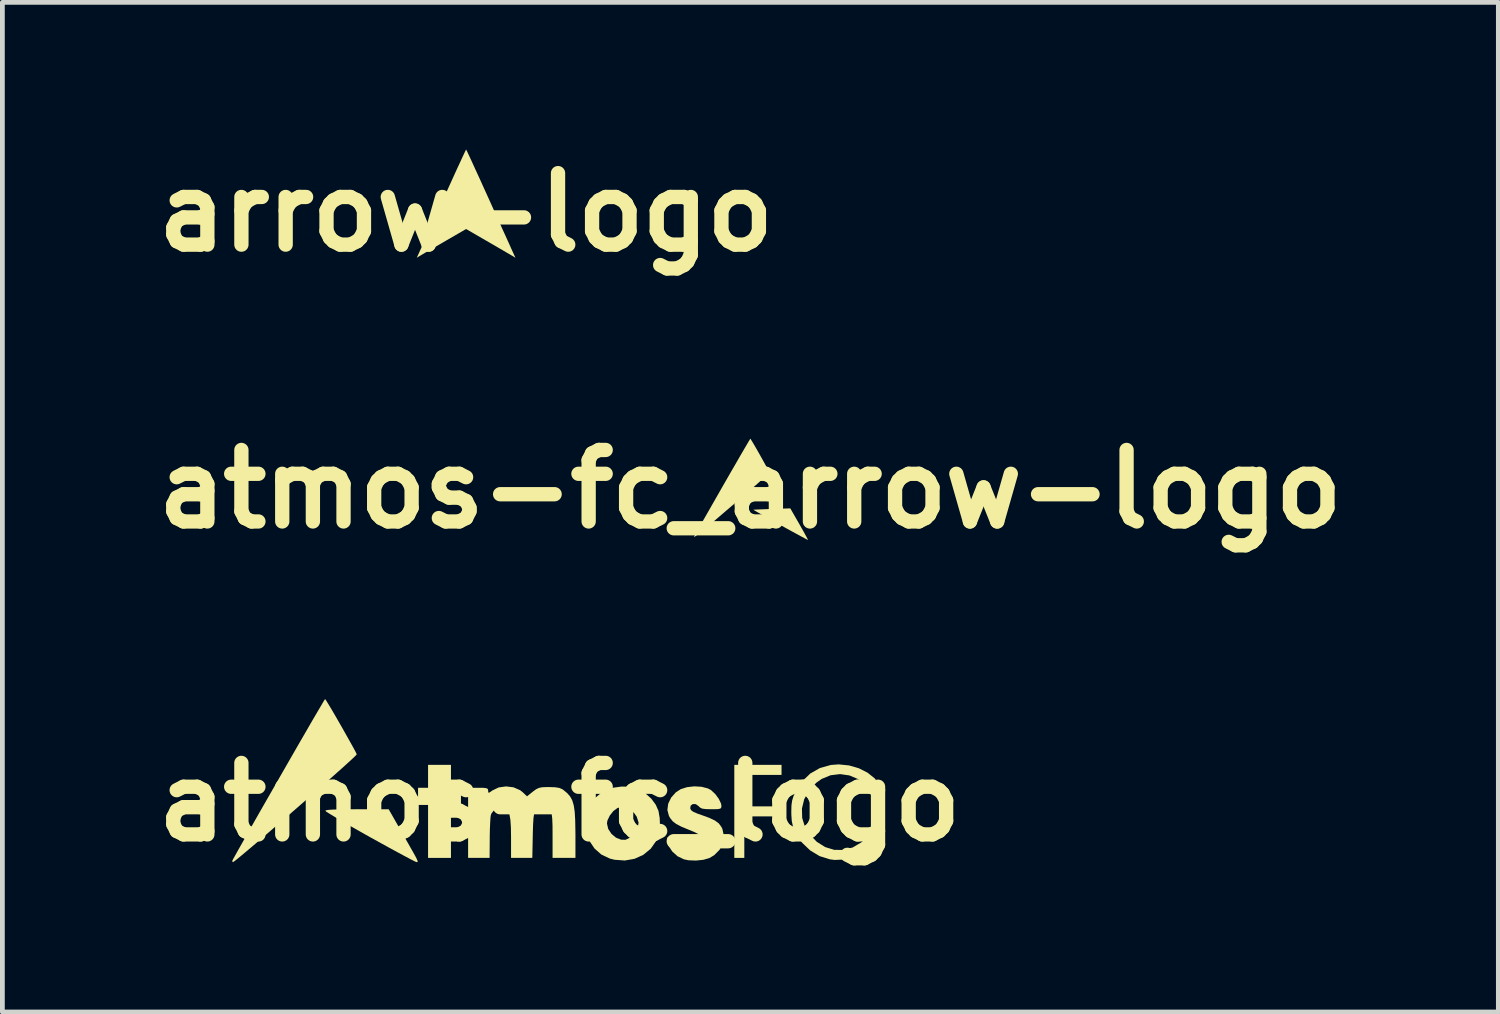
<source format=kicad_pcb>
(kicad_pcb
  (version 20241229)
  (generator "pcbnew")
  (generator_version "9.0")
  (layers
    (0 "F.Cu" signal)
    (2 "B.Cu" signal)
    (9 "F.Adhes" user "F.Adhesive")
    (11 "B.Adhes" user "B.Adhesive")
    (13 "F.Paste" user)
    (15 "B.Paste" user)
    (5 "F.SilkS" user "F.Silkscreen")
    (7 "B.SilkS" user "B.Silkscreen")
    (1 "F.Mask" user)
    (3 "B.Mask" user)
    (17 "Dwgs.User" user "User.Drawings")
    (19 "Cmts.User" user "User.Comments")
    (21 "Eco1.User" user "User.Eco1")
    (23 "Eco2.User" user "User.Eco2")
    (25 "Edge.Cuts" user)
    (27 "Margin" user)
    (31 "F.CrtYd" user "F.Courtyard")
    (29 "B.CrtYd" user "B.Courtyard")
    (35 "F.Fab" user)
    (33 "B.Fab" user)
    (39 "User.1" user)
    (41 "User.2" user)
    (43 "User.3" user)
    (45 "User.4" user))
  (footprint "arrow-logo"
    (layer "F.Cu")
    (at 6.729 1.404)
    (property "Reference" "arrow-logo" (at 0 0 0) (layer "F.SilkS") (effects (font (size 1.5 1.5) (thickness 0.3))))
    (attr board_only exclude_from_pos_files exclude_from_bom)
    (fp_poly (pts (xy 0.007 -1.304) (xy 0.025 -1.268) (xy 0.052 -1.21) (xy 0.088 -1.133) (xy 0.132 -1.038) (xy 0.182 -0.928) (xy 0.239 -0.804) (xy 0.301 -0.669) (xy 0.366 -0.524) (xy 0.434 -0.375) (xy 0.506 -0.216) (xy 0.576 -0.06) (xy 0.644 0.09) (xy 0.708 0.232) (xy 0.767 0.363) (xy 0.821 0.481) (xy 0.867 0.583) (xy 0.905 0.666) (xy 0.933 0.729) (xy 0.947 0.761) (xy 1.035 0.954) (xy 0.99 0.926) (xy 0.968 0.913) (xy 0.925 0.888) (xy 0.863 0.852) (xy 0.786 0.807) (xy 0.697 0.755) (xy 0.598 0.697) (xy 0.492 0.636) (xy 0.473 0.625) (xy 0 0.351) (xy -0.473 0.625) (xy -0.579 0.687) (xy -0.68 0.745) (xy -0.771 0.798) (xy -0.851 0.844) (xy -0.915 0.882) (xy -0.962 0.91) (xy -0.988 0.925) (xy -0.99 0.926) (xy -1.035 0.954) (xy -0.947 0.761) (xy -0.927 0.715) (xy -0.896 0.647) (xy -0.856 0.559) (xy -0.808 0.453) (xy -0.753 0.331) (xy -0.692 0.197) (xy -0.627 0.053) (xy -0.558 -0.099) (xy -0.488 -0.255) (xy -0.434 -0.375) (xy -0.365 -0.527) (xy -0.299 -0.672) (xy -0.238 -0.807) (xy -0.181 -0.931) (xy -0.13 -1.041) (xy -0.087 -1.135) (xy -0.051 -1.212) (xy -0.024 -1.269) (xy -0.007 -1.304) (xy 0 -1.316)) (stroke (width 0) (type solid)) (fill yes) (layer "F.SilkS")))
  (footprint "atmos-fc_arrow-logo"
    (layer "F.Cu")
    (at 12.693 7.212)
    (property "Reference" "atmos-fc_arrow-logo" (at 0 0 0) (layer "F.SilkS") (effects (font (size 1.5 1.5) (thickness 0.3))))
    (attr board_only exclude_from_pos_files exclude_from_bom)
    (fp_poly (pts (xy 1.027 0.733) (xy 1.084 0.834) (xy 1.134 0.923) (xy 1.173 0.995) (xy 1.199 1.044) (xy 1.209 1.066) (xy 1.209 1.067) (xy 1.191 1.059) (xy 1.144 1.034) (xy 1.071 0.995) (xy 0.976 0.943) (xy 0.863 0.882) (xy 0.736 0.812) (xy 0.63 0.753) (xy 0.495 0.679) (xy 0.372 0.61) (xy 0.264 0.549) (xy 0.176 0.499) (xy 0.11 0.461) (xy 0.072 0.439) (xy 0.063 0.432) (xy 0.082 0.431) (xy 0.135 0.428) (xy 0.214 0.425) (xy 0.314 0.421) (xy 0.429 0.417) (xy 0.453 0.416) (xy 0.838 0.404)) (stroke (width 0) (type solid)) (fill yes) (layer "F.SilkS"))
    (fp_poly (pts (xy 0.011 -1.042) (xy 0.038 -0.998) (xy 0.077 -0.933) (xy 0.124 -0.852) (xy 0.176 -0.761) (xy 0.229 -0.666) (xy 0.281 -0.573) (xy 0.328 -0.488) (xy 0.366 -0.418) (xy 0.393 -0.368) (xy 0.404 -0.343) (xy 0.404 -0.342) (xy 0.39 -0.328) (xy 0.349 -0.291) (xy 0.284 -0.233) (xy 0.198 -0.158) (xy 0.094 -0.066) (xy -0.027 0.039) (xy -0.162 0.155) (xy -0.307 0.281) (xy -0.406 0.366) (xy -0.592 0.525) (xy -0.75 0.661) (xy -0.882 0.772) (xy -0.989 0.86) (xy -1.071 0.927) (xy -1.13 0.972) (xy -1.166 0.997) (xy -1.181 1.003) (xy -1.18 0.996) (xy -1.155 0.95) (xy -1.115 0.878) (xy -1.061 0.782) (xy -0.996 0.667) (xy -0.921 0.536) (xy -0.839 0.393) (xy -0.752 0.24) (xy -0.661 0.081) (xy -0.569 -0.08) (xy -0.477 -0.24) (xy -0.388 -0.395) (xy -0.303 -0.541) (xy -0.225 -0.677) (xy -0.155 -0.797) (xy -0.096 -0.898) (xy -0.049 -0.978) (xy -0.017 -1.032) (xy -0.002 -1.057) (xy -0.000386 -1.058)) (stroke (width 0) (type solid)) (fill yes) (layer "F.SilkS")))
  (footprint "atmos-fc_logo"
    (layer "F.Cu")
    (at 8.693 13.778)
    (property "Reference" "atmos-fc_logo" (at 0 0 0) (layer "F.SilkS") (effects (font (size 1.5 1.5) (thickness 0.3))))
    (attr board_only exclude_from_pos_files exclude_from_bom)
    (fp_poly (pts (xy 4.654 -0.676) (xy 4.654 -0.57) (xy 4.263 -0.57) (xy 3.873 -0.57) (xy 3.873 -0.24) (xy 3.873 0.09) (xy 4.248 0.09) (xy 4.624 0.09) (xy 4.624 0.195) (xy 4.624 0.3) (xy 4.248 0.3) (xy 3.873 0.3) (xy 3.873 0.736) (xy 3.873 1.171) (xy 3.768 1.171) (xy 3.663 1.171) (xy 3.663 0.195) (xy 3.663 -0.781) (xy 4.158 -0.781) (xy 4.654 -0.781)) (stroke (width 0) (type solid)) (fill yes) (layer "F.SilkS"))
    (fp_poly (pts (xy -2.282 -0.54) (xy -2.282 -0.3) (xy -2.177 -0.3) (xy -2.072 -0.3) (xy -2.072 -0.12) (xy -2.072 0.06) (xy -2.177 0.06) (xy -2.282 0.06) (xy -2.282 0.615) (xy -2.282 1.171) (xy -2.522 1.171) (xy -2.762 1.171) (xy -2.762 0.615) (xy -2.762 0.06) (xy -2.867 0.06) (xy -2.972 0.06) (xy -2.972 -0.12) (xy -2.972 -0.3) (xy -2.867 -0.3) (xy -2.762 -0.3) (xy -2.762 -0.54) (xy -2.762 -0.781) (xy -2.522 -0.781) (xy -2.282 -0.781)) (stroke (width 0) (type solid)) (fill yes) (layer "F.SilkS"))
    (fp_poly (pts (xy -3.588 0.151) (xy -3.288 0.678) (xy -3.18 0.867) (xy -3.099 1.01) (xy -3.041 1.113) (xy -3.004 1.183) (xy -2.985 1.227) (xy -2.98 1.249) (xy -2.986 1.258) (xy -3 1.258) (xy -3.007 1.258) (xy -3.042 1.243) (xy -3.123 1.202) (xy -3.244 1.138) (xy -3.398 1.055) (xy -3.58 0.956) (xy -3.783 0.844) (xy -3.977 0.737) (xy -4.192 0.616) (xy -4.391 0.503) (xy -4.567 0.401) (xy -4.713 0.315) (xy -4.824 0.248) (xy -4.895 0.203) (xy -4.917 0.184) (xy -4.903 0.172) (xy -4.848 0.163) (xy -4.749 0.157) (xy -4.6 0.153) (xy -4.398 0.151) (xy -4.258 0.15)) (stroke (width 0) (type solid)) (fill yes) (layer "F.SilkS"))
    (fp_poly (pts (xy 1.397 -0.323) (xy 1.612 -0.279) (xy 1.794 -0.186) (xy 1.921 -0.072) (xy 2.015 0.055) (xy 2.072 0.185) (xy 2.098 0.338) (xy 2.102 0.45) (xy 2.095 0.592) (xy 2.072 0.703) (xy 2.028 0.809) (xy 1.91 0.978) (xy 1.755 1.106) (xy 1.57 1.19) (xy 1.366 1.226) (xy 1.15 1.21) (xy 1.051 1.185) (xy 0.874 1.101) (xy 0.73 0.974) (xy 0.623 0.814) (xy 0.558 0.632) (xy 0.538 0.447) (xy 0.991 0.447) (xy 1.017 0.562) (xy 1.085 0.666) (xy 1.18 0.746) (xy 1.29 0.79) (xy 1.381 0.791) (xy 1.448 0.76) (xy 1.526 0.7) (xy 1.554 0.673) (xy 1.634 0.555) (xy 1.655 0.431) (xy 1.616 0.307) (xy 1.56 0.228) (xy 1.45 0.136) (xy 1.334 0.1) (xy 1.217 0.122) (xy 1.211 0.125) (xy 1.125 0.189) (xy 1.05 0.284) (xy 1.001 0.387) (xy 0.991 0.447) (xy 0.538 0.447) (xy 0.537 0.437) (xy 0.565 0.238) (xy 0.623 0.088) (xy 0.743 -0.088) (xy 0.899 -0.217) (xy 1.087 -0.297) (xy 1.303 -0.326)) (stroke (width 0) (type solid)) (fill yes) (layer "F.SilkS"))
    (fp_poly (pts (xy -4.904 -2.137) (xy -4.862 -2.069) (xy -4.8 -1.967) (xy -4.725 -1.839) (xy -4.642 -1.695) (xy -4.556 -1.545) (xy -4.472 -1.396) (xy -4.395 -1.259) (xy -4.33 -1.142) (xy -4.283 -1.055) (xy -4.26 -1.006) (xy -4.258 -1.002) (xy -4.279 -0.977) (xy -4.34 -0.918) (xy -4.437 -0.829) (xy -4.565 -0.713) (xy -4.719 -0.576) (xy -4.894 -0.421) (xy -5.085 -0.252) (xy -5.287 -0.075) (xy -5.496 0.108) (xy -5.706 0.29) (xy -5.913 0.469) (xy -6.111 0.64) (xy -6.296 0.799) (xy -6.463 0.941) (xy -6.607 1.062) (xy -6.722 1.158) (xy -6.805 1.225) (xy -6.849 1.257) (xy -6.855 1.26) (xy -6.872 1.241) (xy -6.87 1.233) (xy -6.852 1.197) (xy -6.807 1.116) (xy -6.739 0.994) (xy -6.65 0.837) (xy -6.544 0.649) (xy -6.424 0.438) (xy -6.292 0.206) (xy -6.152 -0.039) (xy -6.006 -0.293) (xy -5.859 -0.55) (xy -5.712 -0.806) (xy -5.569 -1.055) (xy -5.433 -1.291) (xy -5.306 -1.51) (xy -5.193 -1.706) (xy -5.095 -1.873) (xy -5.016 -2.007) (xy -4.96 -2.103) (xy -4.928 -2.154) (xy -4.923 -2.162)) (stroke (width 0) (type solid)) (fill yes) (layer "F.SilkS"))
    (fp_poly (pts (xy 6.071 -0.769) (xy 6.277 -0.709) (xy 6.46 -0.616) (xy 6.61 -0.496) (xy 6.711 -0.359) (xy 6.746 -0.286) (xy 6.744 -0.251) (xy 6.698 -0.241) (xy 6.646 -0.24) (xy 6.563 -0.251) (xy 6.49 -0.293) (xy 6.43 -0.349) (xy 6.265 -0.48) (xy 6.079 -0.559) (xy 5.882 -0.587) (xy 5.684 -0.563) (xy 5.497 -0.486) (xy 5.381 -0.404) (xy 5.229 -0.24) (xy 5.129 -0.058) (xy 5.082 0.136) (xy 5.087 0.333) (xy 5.147 0.525) (xy 5.233 0.666) (xy 5.392 0.832) (xy 5.569 0.944) (xy 5.759 1.002) (xy 5.953 1.005) (xy 6.147 0.952) (xy 6.332 0.843) (xy 6.389 0.796) (xy 6.484 0.717) (xy 6.558 0.675) (xy 6.63 0.661) (xy 6.647 0.661) (xy 6.718 0.666) (xy 6.754 0.678) (xy 6.755 0.681) (xy 6.735 0.734) (xy 6.681 0.81) (xy 6.606 0.895) (xy 6.524 0.975) (xy 6.47 1.017) (xy 6.254 1.137) (xy 6.017 1.203) (xy 5.771 1.214) (xy 5.668 1.201) (xy 5.453 1.134) (xy 5.256 1.015) (xy 5.086 0.853) (xy 4.954 0.655) (xy 4.933 0.611) (xy 4.892 0.505) (xy 4.869 0.4) (xy 4.86 0.27) (xy 4.859 0.206) (xy 4.862 0.071) (xy 4.876 -0.031) (xy 4.905 -0.124) (xy 4.952 -0.226) (xy 5.086 -0.435) (xy 5.257 -0.599) (xy 5.46 -0.715) (xy 5.69 -0.779) (xy 5.854 -0.791)) (stroke (width 0) (type solid)) (fill yes) (layer "F.SilkS"))
    (fp_poly (pts (xy 2.976 -0.321) (xy 3.108 -0.287) (xy 3.174 -0.252) (xy 3.264 -0.168) (xy 3.338 -0.067) (xy 3.384 0.03) (xy 3.393 0.079) (xy 3.389 0.116) (xy 3.37 0.137) (xy 3.321 0.147) (xy 3.231 0.15) (xy 3.18 0.15) (xy 3.063 0.147) (xy 2.989 0.137) (xy 2.943 0.114) (xy 2.915 0.086) (xy 2.855 0.043) (xy 2.793 0.041) (xy 2.748 0.074) (xy 2.738 0.13) (xy 2.755 0.168) (xy 2.8 0.203) (xy 2.885 0.24) (xy 2.976 0.272) (xy 3.141 0.332) (xy 3.258 0.388) (xy 3.338 0.448) (xy 3.391 0.519) (xy 3.413 0.563) (xy 3.445 0.713) (xy 3.424 0.863) (xy 3.354 1.001) (xy 3.24 1.115) (xy 3.139 1.175) (xy 3.013 1.211) (xy 2.858 1.227) (xy 2.704 1.221) (xy 2.606 1.201) (xy 2.473 1.137) (xy 2.362 1.038) (xy 2.284 0.919) (xy 2.252 0.794) (xy 2.252 0.784) (xy 2.256 0.751) (xy 2.279 0.733) (xy 2.331 0.723) (xy 2.427 0.721) (xy 2.477 0.721) (xy 2.587 0.724) (xy 2.667 0.734) (xy 2.702 0.748) (xy 2.702 0.75) (xy 2.725 0.786) (xy 2.775 0.827) (xy 2.853 0.854) (xy 2.922 0.839) (xy 2.963 0.79) (xy 2.967 0.742) (xy 2.949 0.705) (xy 2.901 0.667) (xy 2.812 0.623) (xy 2.705 0.579) (xy 2.553 0.516) (xy 2.445 0.46) (xy 2.371 0.403) (xy 2.317 0.335) (xy 2.291 0.288) (xy 2.259 0.166) (xy 2.276 0.034) (xy 2.338 -0.094) (xy 2.436 -0.204) (xy 2.539 -0.271) (xy 2.671 -0.313) (xy 2.823 -0.33)) (stroke (width 0) (type solid)) (fill yes) (layer "F.SilkS"))
    (fp_poly (pts (xy -0.97 -0.31) (xy -0.832 -0.25) (xy -0.78 -0.21) (xy -0.686 -0.121) (xy -0.565 -0.218) (xy -0.496 -0.269) (xy -0.435 -0.298) (xy -0.361 -0.312) (xy -0.252 -0.315) (xy -0.224 -0.315) (xy -0.096 -0.311) (xy -0.008 -0.297) (xy 0.056 -0.269) (xy 0.079 -0.253) (xy 0.158 -0.187) (xy 0.219 -0.117) (xy 0.264 -0.034) (xy 0.295 0.072) (xy 0.315 0.208) (xy 0.325 0.384) (xy 0.329 0.608) (xy 0.33 0.683) (xy 0.33 1.171) (xy 0.09 1.171) (xy -0.15 1.171) (xy -0.15 0.696) (xy -0.151 0.494) (xy -0.157 0.344) (xy -0.17 0.239) (xy -0.192 0.17) (xy -0.225 0.131) (xy -0.274 0.113) (xy -0.339 0.108) (xy -0.342 0.108) (xy -0.415 0.112) (xy -0.469 0.128) (xy -0.508 0.166) (xy -0.534 0.231) (xy -0.55 0.333) (xy -0.559 0.478) (xy -0.565 0.675) (xy -0.565 0.692) (xy -0.575 1.171) (xy -0.798 1.171) (xy -1.021 1.171) (xy -1.021 0.75) (xy -1.024 0.534) (xy -1.035 0.371) (xy -1.056 0.253) (xy -1.088 0.174) (xy -1.133 0.125) (xy -1.187 0.102) (xy -1.277 0.107) (xy -1.365 0.156) (xy -1.43 0.235) (xy -1.445 0.273) (xy -1.453 0.329) (xy -1.459 0.432) (xy -1.465 0.567) (xy -1.468 0.722) (xy -1.468 0.758) (xy -1.471 1.171) (xy -1.696 1.171) (xy -1.922 1.171) (xy -1.922 0.435) (xy -1.922 -0.3) (xy -1.711 -0.3) (xy -1.601 -0.299) (xy -1.538 -0.291) (xy -1.509 -0.275) (xy -1.501 -0.245) (xy -1.501 -0.239) (xy -1.499 -0.201) (xy -1.481 -0.197) (xy -1.434 -0.228) (xy -1.416 -0.242) (xy -1.281 -0.307) (xy -1.127 -0.329)) (stroke (width 0) (type solid)) (fill yes) (layer "F.SilkS")))
  (gr_rect
    (start -3 -3)
    (end 28.386 18.182)
    (stroke (width 0.1) (type default))
    (fill no)
    (layer "Edge.Cuts")))
</source>
